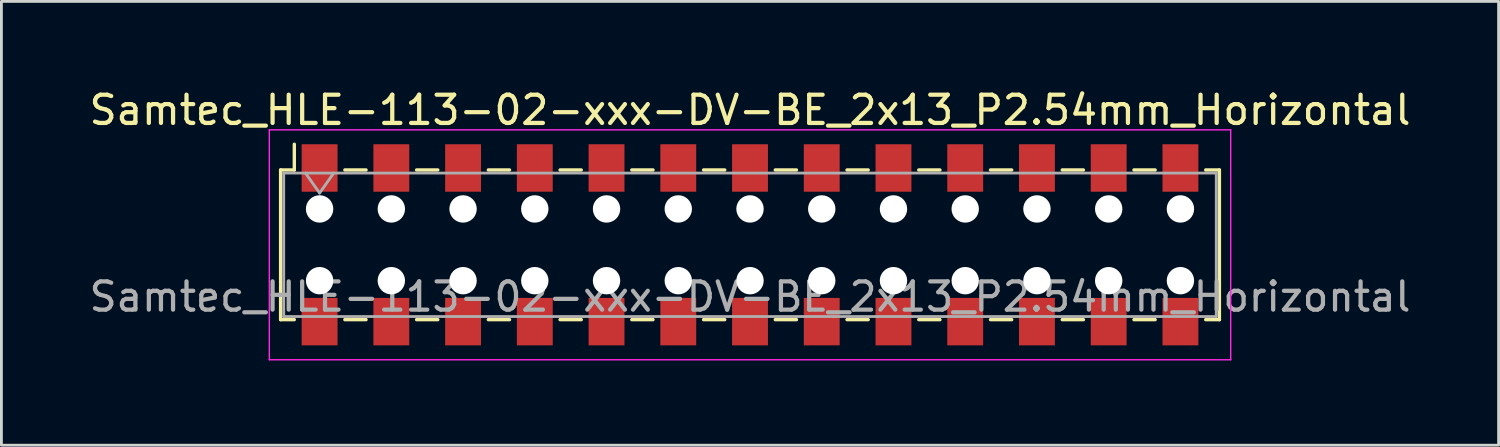
<source format=kicad_pcb>
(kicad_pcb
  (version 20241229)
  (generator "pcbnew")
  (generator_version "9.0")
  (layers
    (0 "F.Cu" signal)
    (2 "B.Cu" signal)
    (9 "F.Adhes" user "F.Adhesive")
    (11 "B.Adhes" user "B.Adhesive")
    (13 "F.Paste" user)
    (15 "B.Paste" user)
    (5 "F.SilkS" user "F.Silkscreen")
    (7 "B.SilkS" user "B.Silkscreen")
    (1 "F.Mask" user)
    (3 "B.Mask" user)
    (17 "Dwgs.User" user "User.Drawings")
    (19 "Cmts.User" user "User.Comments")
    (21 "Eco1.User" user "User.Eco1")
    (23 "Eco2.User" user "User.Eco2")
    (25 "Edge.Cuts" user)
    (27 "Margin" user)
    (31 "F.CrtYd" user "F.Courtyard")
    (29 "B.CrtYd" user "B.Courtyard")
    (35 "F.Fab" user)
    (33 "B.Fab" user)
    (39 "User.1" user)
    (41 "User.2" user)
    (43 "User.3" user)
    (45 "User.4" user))
  (footprint "Samtec_HLE-113-02-xxx-DV-BE_2x13_P2.54mm_Horizontal"
    (layer "F.Cu")
    (at 23.506 5.618)
    (property "Reference" "Samtec_HLE-113-02-xxx-DV-BE_2x13_P2.54mm_Horizontal" (at 0 -4.77 0) (layer "F.SilkS") (effects (font (size 1 1) (thickness 0.15))))
    (attr smd)
    (fp_line (start -16.62 -2.65) (end -16.62 2.65) (stroke (width 0.12) (type solid)) (layer "F.SilkS"))
    (fp_line (start -16.62 2.65) (end -16.135 2.65) (stroke (width 0.12) (type solid)) (layer "F.SilkS"))
    (fp_line (start -16.135 -3.56) (end -16.135 -2.65) (stroke (width 0.12) (type solid)) (layer "F.SilkS"))
    (fp_line (start -16.135 -2.65) (end -16.62 -2.65) (stroke (width 0.12) (type solid)) (layer "F.SilkS"))
    (fp_line (start -14.345 -2.65) (end -13.595 -2.65) (stroke (width 0.12) (type solid)) (layer "F.SilkS"))
    (fp_line (start -14.345 2.65) (end -13.595 2.65) (stroke (width 0.12) (type solid)) (layer "F.SilkS"))
    (fp_line (start -11.805 -2.65) (end -11.055 -2.65) (stroke (width 0.12) (type solid)) (layer "F.SilkS"))
    (fp_line (start -11.805 2.65) (end -11.055 2.65) (stroke (width 0.12) (type solid)) (layer "F.SilkS"))
    (fp_line (start -9.265 -2.65) (end -8.515 -2.65) (stroke (width 0.12) (type solid)) (layer "F.SilkS"))
    (fp_line (start -9.265 2.65) (end -8.515 2.65) (stroke (width 0.12) (type solid)) (layer "F.SilkS"))
    (fp_line (start -6.725 -2.65) (end -5.975 -2.65) (stroke (width 0.12) (type solid)) (layer "F.SilkS"))
    (fp_line (start -6.725 2.65) (end -5.975 2.65) (stroke (width 0.12) (type solid)) (layer "F.SilkS"))
    (fp_line (start -4.185 -2.65) (end -3.435 -2.65) (stroke (width 0.12) (type solid)) (layer "F.SilkS"))
    (fp_line (start -4.185 2.65) (end -3.435 2.65) (stroke (width 0.12) (type solid)) (layer "F.SilkS"))
    (fp_line (start -1.645 -2.65) (end -0.895 -2.65) (stroke (width 0.12) (type solid)) (layer "F.SilkS"))
    (fp_line (start -1.645 2.65) (end -0.895 2.65) (stroke (width 0.12) (type solid)) (layer "F.SilkS"))
    (fp_line (start 0.895 -2.65) (end 1.645 -2.65) (stroke (width 0.12) (type solid)) (layer "F.SilkS"))
    (fp_line (start 0.895 2.65) (end 1.645 2.65) (stroke (width 0.12) (type solid)) (layer "F.SilkS"))
    (fp_line (start 3.435 -2.65) (end 4.185 -2.65) (stroke (width 0.12) (type solid)) (layer "F.SilkS"))
    (fp_line (start 3.435 2.65) (end 4.185 2.65) (stroke (width 0.12) (type solid)) (layer "F.SilkS"))
    (fp_line (start 5.975 -2.65) (end 6.725 -2.65) (stroke (width 0.12) (type solid)) (layer "F.SilkS"))
    (fp_line (start 5.975 2.65) (end 6.725 2.65) (stroke (width 0.12) (type solid)) (layer "F.SilkS"))
    (fp_line (start 8.515 -2.65) (end 9.265 -2.65) (stroke (width 0.12) (type solid)) (layer "F.SilkS"))
    (fp_line (start 8.515 2.65) (end 9.265 2.65) (stroke (width 0.12) (type solid)) (layer "F.SilkS"))
    (fp_line (start 11.055 -2.65) (end 11.805 -2.65) (stroke (width 0.12) (type solid)) (layer "F.SilkS"))
    (fp_line (start 11.055 2.65) (end 11.805 2.65) (stroke (width 0.12) (type solid)) (layer "F.SilkS"))
    (fp_line (start 13.595 -2.65) (end 14.345 -2.65) (stroke (width 0.12) (type solid)) (layer "F.SilkS"))
    (fp_line (start 13.595 2.65) (end 14.345 2.65) (stroke (width 0.12) (type solid)) (layer "F.SilkS"))
    (fp_line (start 16.135 -2.65) (end 16.62 -2.65) (stroke (width 0.12) (type solid)) (layer "F.SilkS"))
    (fp_line (start 16.62 -2.65) (end 16.62 2.65) (stroke (width 0.12) (type solid)) (layer "F.SilkS"))
    (fp_line (start 16.62 2.65) (end 16.135 2.65) (stroke (width 0.12) (type solid)) (layer "F.SilkS"))
    (fp_line (start -17.02 -4.07) (end 17.02 -4.07) (stroke (width 0.05) (type solid)) (layer "F.CrtYd"))
    (fp_line (start -17.02 4.07) (end -17.02 -4.07) (stroke (width 0.05) (type solid)) (layer "F.CrtYd"))
    (fp_line (start 17.02 -4.07) (end 17.02 4.07) (stroke (width 0.05) (type solid)) (layer "F.CrtYd"))
    (fp_line (start 17.02 4.07) (end -17.02 4.07) (stroke (width 0.05) (type solid)) (layer "F.CrtYd"))
    (fp_line (start -16.51 -2.54) (end 16.51 -2.54) (stroke (width 0.1) (type solid)) (layer "F.Fab"))
    (fp_line (start -16.51 2.54) (end -16.51 -2.54) (stroke (width 0.1) (type solid)) (layer "F.Fab"))
    (fp_line (start -15.74 -2.54) (end -15.24 -1.833) (stroke (width 0.1) (type solid)) (layer "F.Fab"))
    (fp_line (start -15.24 -1.833) (end -14.74 -2.54) (stroke (width 0.1) (type solid)) (layer "F.Fab"))
    (fp_line (start 16.51 -2.54) (end 16.51 2.54) (stroke (width 0.1) (type solid)) (layer "F.Fab"))
    (fp_line (start 16.51 2.54) (end -16.51 2.54) (stroke (width 0.1) (type solid)) (layer "F.Fab"))
    (fp_text user "${REFERENCE}" (at 0 1.84 0) (layer "F.Fab") (effects (font (size 1 1) (thickness 0.15))))
    (pad "" np_thru_hole circle (at -15.24 -1.27) (size 0.97 0.97) (drill 0.97) (layers "*.Cu" "*.Mask"))
    (pad "" np_thru_hole circle (at -15.24 1.27) (size 0.97 0.97) (drill 0.97) (layers "*.Cu" "*.Mask"))
    (pad "" np_thru_hole circle (at -12.7 -1.27) (size 0.97 0.97) (drill 0.97) (layers "*.Cu" "*.Mask"))
    (pad "" np_thru_hole circle (at -12.7 1.27) (size 0.97 0.97) (drill 0.97) (layers "*.Cu" "*.Mask"))
    (pad "" np_thru_hole circle (at -10.16 -1.27) (size 0.97 0.97) (drill 0.97) (layers "*.Cu" "*.Mask"))
    (pad "" np_thru_hole circle (at -10.16 1.27) (size 0.97 0.97) (drill 0.97) (layers "*.Cu" "*.Mask"))
    (pad "" np_thru_hole circle (at -7.62 -1.27) (size 0.97 0.97) (drill 0.97) (layers "*.Cu" "*.Mask"))
    (pad "" np_thru_hole circle (at -7.62 1.27) (size 0.97 0.97) (drill 0.97) (layers "*.Cu" "*.Mask"))
    (pad "" np_thru_hole circle (at -5.08 -1.27) (size 0.97 0.97) (drill 0.97) (layers "*.Cu" "*.Mask"))
    (pad "" np_thru_hole circle (at -5.08 1.27) (size 0.97 0.97) (drill 0.97) (layers "*.Cu" "*.Mask"))
    (pad "" np_thru_hole circle (at -2.54 -1.27) (size 0.97 0.97) (drill 0.97) (layers "*.Cu" "*.Mask"))
    (pad "" np_thru_hole circle (at -2.54 1.27) (size 0.97 0.97) (drill 0.97) (layers "*.Cu" "*.Mask"))
    (pad "" np_thru_hole circle (at 0 -1.27) (size 0.97 0.97) (drill 0.97) (layers "*.Cu" "*.Mask"))
    (pad "" np_thru_hole circle (at 0 1.27) (size 0.97 0.97) (drill 0.97) (layers "*.Cu" "*.Mask"))
    (pad "" np_thru_hole circle (at 2.54 -1.27) (size 0.97 0.97) (drill 0.97) (layers "*.Cu" "*.Mask"))
    (pad "" np_thru_hole circle (at 2.54 1.27) (size 0.97 0.97) (drill 0.97) (layers "*.Cu" "*.Mask"))
    (pad "" np_thru_hole circle (at 5.08 -1.27) (size 0.97 0.97) (drill 0.97) (layers "*.Cu" "*.Mask"))
    (pad "" np_thru_hole circle (at 5.08 1.27) (size 0.97 0.97) (drill 0.97) (layers "*.Cu" "*.Mask"))
    (pad "" np_thru_hole circle (at 7.62 -1.27) (size 0.97 0.97) (drill 0.97) (layers "*.Cu" "*.Mask"))
    (pad "" np_thru_hole circle (at 7.62 1.27) (size 0.97 0.97) (drill 0.97) (layers "*.Cu" "*.Mask"))
    (pad "" np_thru_hole circle (at 10.16 -1.27) (size 0.97 0.97) (drill 0.97) (layers "*.Cu" "*.Mask"))
    (pad "" np_thru_hole circle (at 10.16 1.27) (size 0.97 0.97) (drill 0.97) (layers "*.Cu" "*.Mask"))
    (pad "" np_thru_hole circle (at 12.7 -1.27) (size 0.97 0.97) (drill 0.97) (layers "*.Cu" "*.Mask"))
    (pad "" np_thru_hole circle (at 12.7 1.27) (size 0.97 0.97) (drill 0.97) (layers "*.Cu" "*.Mask"))
    (pad "" np_thru_hole circle (at 15.24 -1.27) (size 0.97 0.97) (drill 0.97) (layers "*.Cu" "*.Mask"))
    (pad "" np_thru_hole circle (at 15.24 1.27) (size 0.97 0.97) (drill 0.97) (layers "*.Cu" "*.Mask"))
    (pad "1" smd rect (at -15.24 -2.72) (size 1.27 1.68) (layers "F.Cu" "F.Mask" "F.Paste"))
    (pad "2" smd rect (at -15.24 2.72) (size 1.27 1.68) (layers "F.Cu" "F.Mask" "F.Paste"))
    (pad "3" smd rect (at -12.7 -2.72) (size 1.27 1.68) (layers "F.Cu" "F.Mask" "F.Paste"))
    (pad "4" smd rect (at -12.7 2.72) (size 1.27 1.68) (layers "F.Cu" "F.Mask" "F.Paste"))
    (pad "5" smd rect (at -10.16 -2.72) (size 1.27 1.68) (layers "F.Cu" "F.Mask" "F.Paste"))
    (pad "6" smd rect (at -10.16 2.72) (size 1.27 1.68) (layers "F.Cu" "F.Mask" "F.Paste"))
    (pad "7" smd rect (at -7.62 -2.72) (size 1.27 1.68) (layers "F.Cu" "F.Mask" "F.Paste"))
    (pad "8" smd rect (at -7.62 2.72) (size 1.27 1.68) (layers "F.Cu" "F.Mask" "F.Paste"))
    (pad "9" smd rect (at -5.08 -2.72) (size 1.27 1.68) (layers "F.Cu" "F.Mask" "F.Paste"))
    (pad "10" smd rect (at -5.08 2.72) (size 1.27 1.68) (layers "F.Cu" "F.Mask" "F.Paste"))
    (pad "11" smd rect (at -2.54 -2.72) (size 1.27 1.68) (layers "F.Cu" "F.Mask" "F.Paste"))
    (pad "12" smd rect (at -2.54 2.72) (size 1.27 1.68) (layers "F.Cu" "F.Mask" "F.Paste"))
    (pad "13" smd rect (at 0 -2.72) (size 1.27 1.68) (layers "F.Cu" "F.Mask" "F.Paste"))
    (pad "14" smd rect (at 0 2.72) (size 1.27 1.68) (layers "F.Cu" "F.Mask" "F.Paste"))
    (pad "15" smd rect (at 2.54 -2.72) (size 1.27 1.68) (layers "F.Cu" "F.Mask" "F.Paste"))
    (pad "16" smd rect (at 2.54 2.72) (size 1.27 1.68) (layers "F.Cu" "F.Mask" "F.Paste"))
    (pad "17" smd rect (at 5.08 -2.72) (size 1.27 1.68) (layers "F.Cu" "F.Mask" "F.Paste"))
    (pad "18" smd rect (at 5.08 2.72) (size 1.27 1.68) (layers "F.Cu" "F.Mask" "F.Paste"))
    (pad "19" smd rect (at 7.62 -2.72) (size 1.27 1.68) (layers "F.Cu" "F.Mask" "F.Paste"))
    (pad "20" smd rect (at 7.62 2.72) (size 1.27 1.68) (layers "F.Cu" "F.Mask" "F.Paste"))
    (pad "21" smd rect (at 10.16 -2.72) (size 1.27 1.68) (layers "F.Cu" "F.Mask" "F.Paste"))
    (pad "22" smd rect (at 10.16 2.72) (size 1.27 1.68) (layers "F.Cu" "F.Mask" "F.Paste"))
    (pad "23" smd rect (at 12.7 -2.72) (size 1.27 1.68) (layers "F.Cu" "F.Mask" "F.Paste"))
    (pad "24" smd rect (at 12.7 2.72) (size 1.27 1.68) (layers "F.Cu" "F.Mask" "F.Paste"))
    (pad "25" smd rect (at 15.24 -2.72) (size 1.27 1.68) (layers "F.Cu" "F.Mask" "F.Paste"))
    (pad "26" smd rect (at 15.24 2.72) (size 1.27 1.68) (layers "F.Cu" "F.Mask" "F.Paste")))
  (gr_rect
    (start -3 -3)
    (end 50.012 12.713)
    (stroke (width 0.1) (type default))
    (fill no)
    (layer "Edge.Cuts")))
</source>
